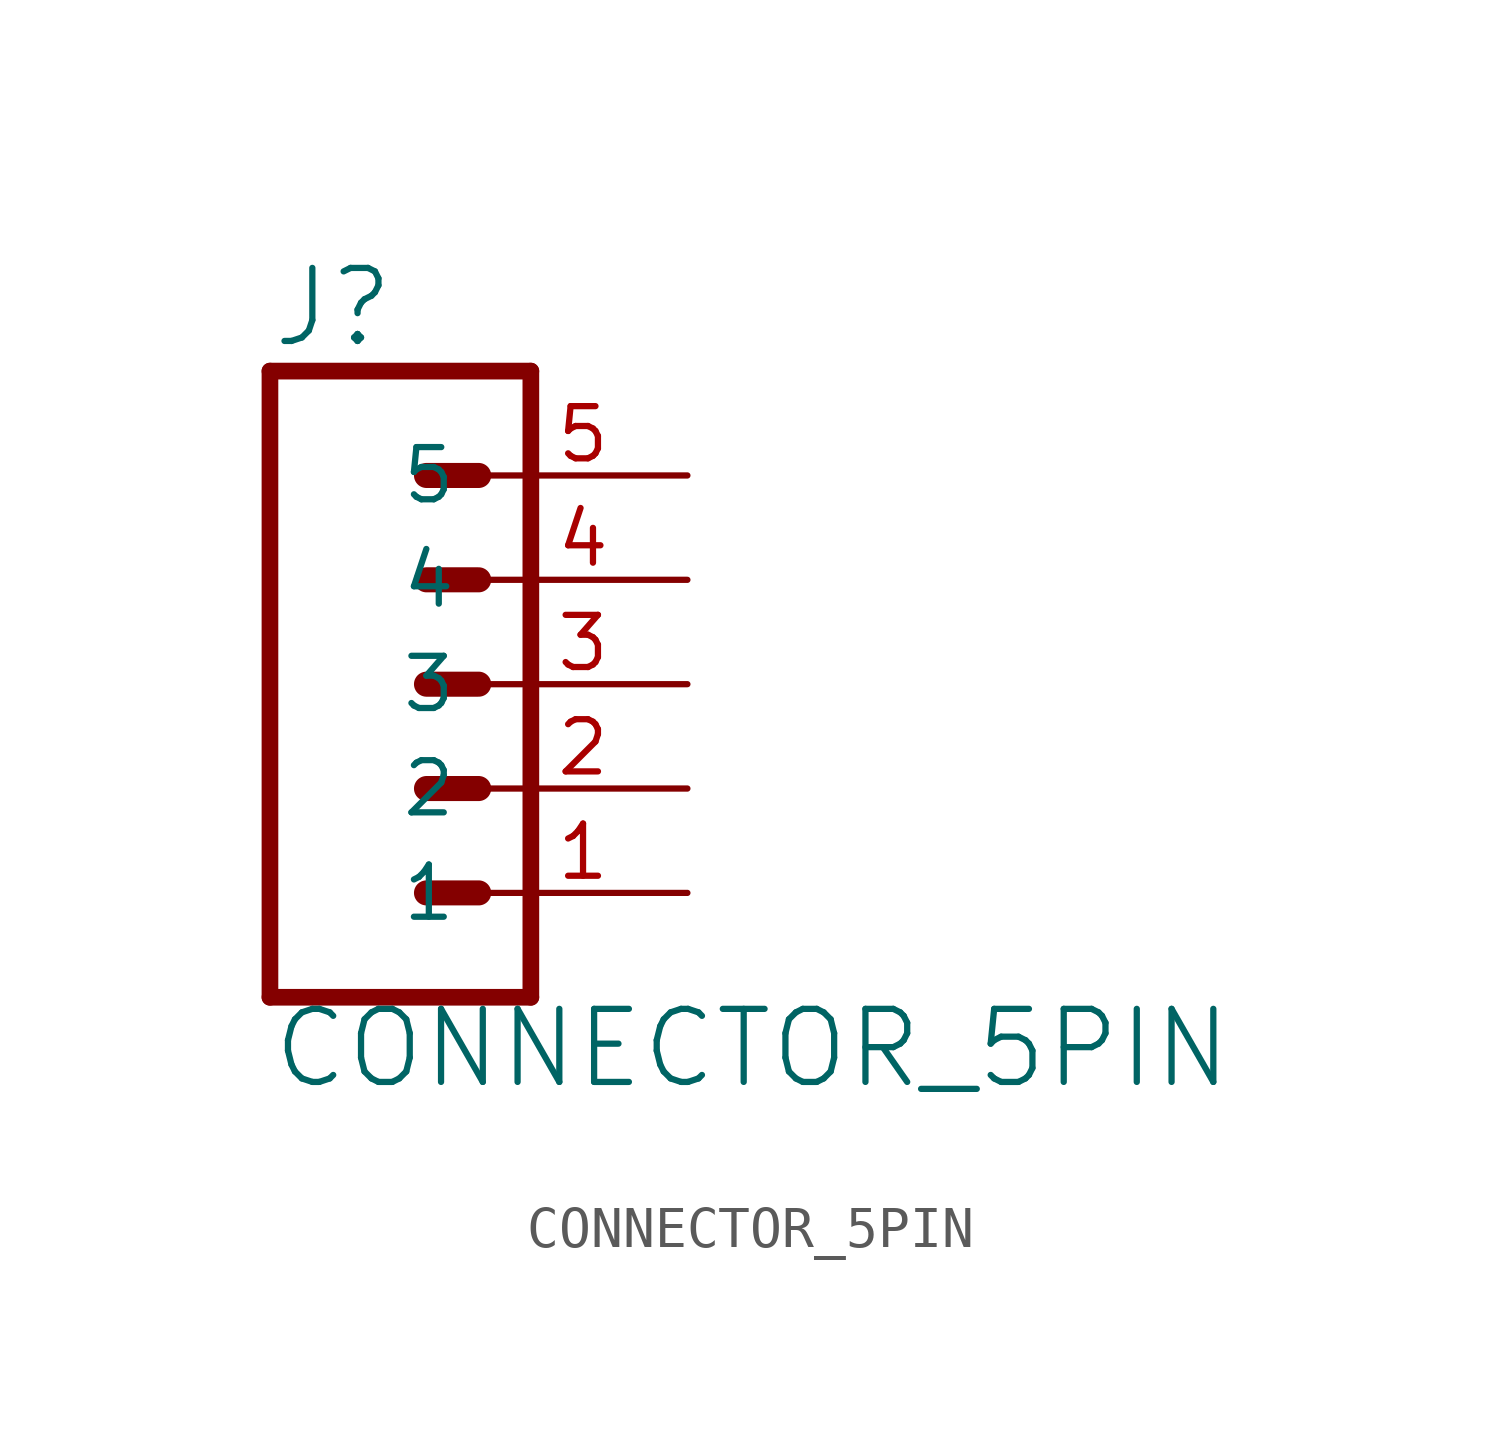
<source format=kicad_sym>
(kicad_symbol_lib
  (version 20211014)
  (generator kicad_symbol_editor)
  (symbol "CONNECTOR_5PIN"
    (property "Reference" "J"
      (at -5.08 8.128 0)
      (effects (font (size 1.778 1.778)) (justify left bottom)))
    (property "Value" "CONNECTOR_5PIN"
      (at -5.08 -9.906 0)
      (effects (font (size 1.778 1.778)) (justify left bottom)))
    (property "ki_locked" ""
      (at 0 0 0)
      (effects (font (size 1.27 1.27))))
    (symbol "CONNECTOR_5PIN_1_0"
      (polyline (pts (xy -5.08 7.62) (xy -5.08 -7.62)) (stroke (width 0.406) (type default) (color 0 0 0 0)) (fill (type none)))
      (polyline (pts (xy -5.08 7.62) (xy 1.27 7.62)) (stroke (width 0.406) (type default) (color 0 0 0 0)) (fill (type none)))
      (polyline (pts (xy -1.27 -5.08) (xy 0 -5.08)) (stroke (width 0.61) (type default) (color 0 0 0 0)) (fill (type none)))
      (polyline (pts (xy -1.27 -2.54) (xy 0 -2.54)) (stroke (width 0.61) (type default) (color 0 0 0 0)) (fill (type none)))
      (polyline (pts (xy -1.27 0) (xy 0 0)) (stroke (width 0.61) (type default) (color 0 0 0 0)) (fill (type none)))
      (polyline (pts (xy -1.27 2.54) (xy 0 2.54)) (stroke (width 0.61) (type default) (color 0 0 0 0)) (fill (type none)))
      (polyline (pts (xy -1.27 5.08) (xy 0 5.08)) (stroke (width 0.61) (type default) (color 0 0 0 0)) (fill (type none)))
      (polyline (pts (xy 1.27 -7.62) (xy -5.08 -7.62)) (stroke (width 0.406) (type default) (color 0 0 0 0)) (fill (type none)))
      (polyline (pts (xy 1.27 -7.62) (xy 1.27 7.62)) (stroke (width 0.406) (type default) (color 0 0 0 0)) (fill (type none)))
      (pin passive line (at 5.08 -5.08 180) (length 5.08) (name "1" (effects (font (size 1.27 1.27)))) (number "1" (effects (font (size 1.27 1.27)))))
      (pin passive line (at 5.08 -2.54 180) (length 5.08) (name "2" (effects (font (size 1.27 1.27)))) (number "2" (effects (font (size 1.27 1.27)))))
      (pin passive line (at 5.08 0 180) (length 5.08) (name "3" (effects (font (size 1.27 1.27)))) (number "3" (effects (font (size 1.27 1.27)))))
      (pin passive line (at 5.08 2.54 180) (length 5.08) (name "4" (effects (font (size 1.27 1.27)))) (number "4" (effects (font (size 1.27 1.27)))))
      (pin passive line (at 5.08 5.08 180) (length 5.08) (name "5" (effects (font (size 1.27 1.27)))) (number "5" (effects (font (size 1.27 1.27))))))))
</source>
